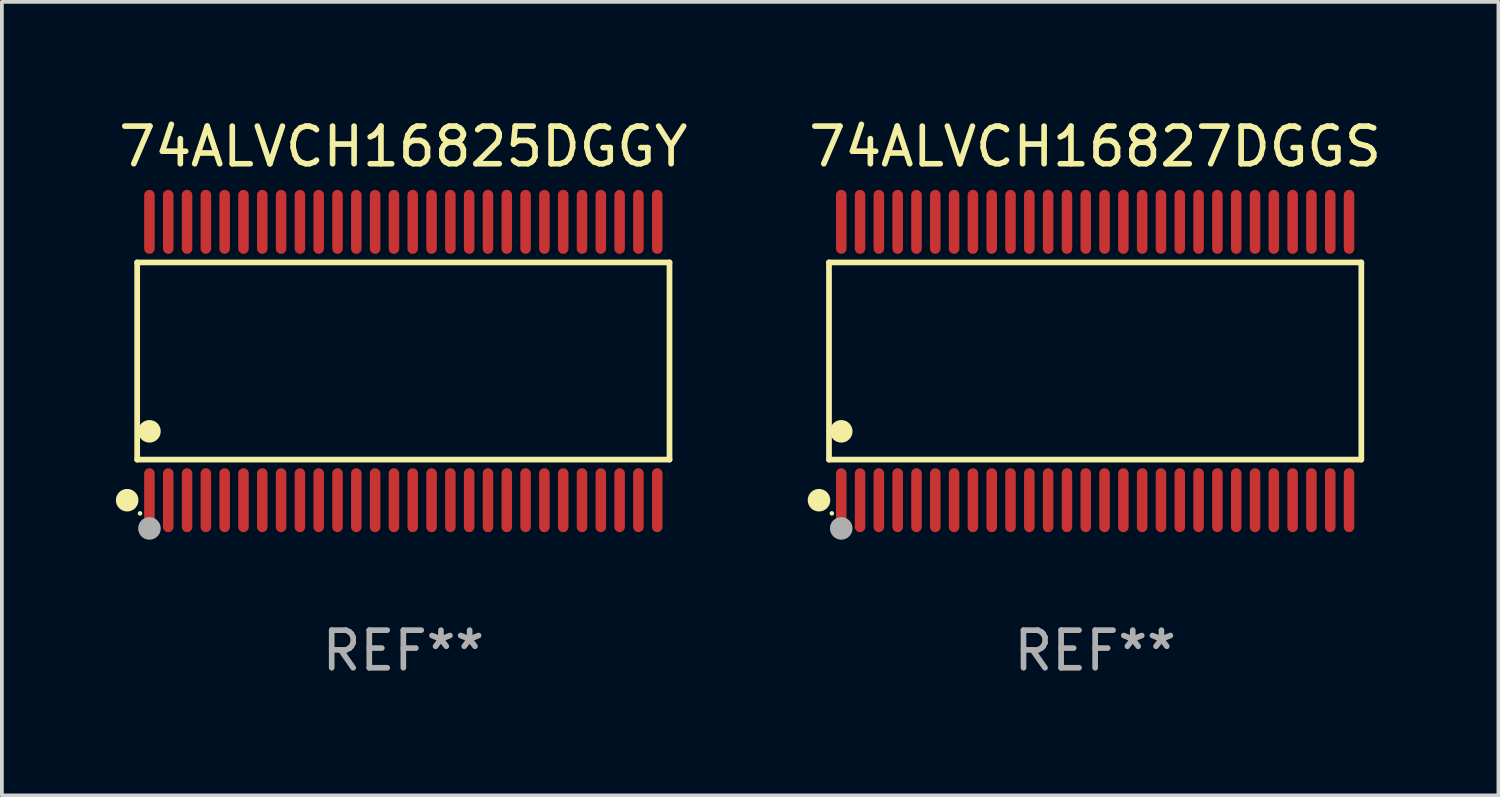
<source format=kicad_pcb>
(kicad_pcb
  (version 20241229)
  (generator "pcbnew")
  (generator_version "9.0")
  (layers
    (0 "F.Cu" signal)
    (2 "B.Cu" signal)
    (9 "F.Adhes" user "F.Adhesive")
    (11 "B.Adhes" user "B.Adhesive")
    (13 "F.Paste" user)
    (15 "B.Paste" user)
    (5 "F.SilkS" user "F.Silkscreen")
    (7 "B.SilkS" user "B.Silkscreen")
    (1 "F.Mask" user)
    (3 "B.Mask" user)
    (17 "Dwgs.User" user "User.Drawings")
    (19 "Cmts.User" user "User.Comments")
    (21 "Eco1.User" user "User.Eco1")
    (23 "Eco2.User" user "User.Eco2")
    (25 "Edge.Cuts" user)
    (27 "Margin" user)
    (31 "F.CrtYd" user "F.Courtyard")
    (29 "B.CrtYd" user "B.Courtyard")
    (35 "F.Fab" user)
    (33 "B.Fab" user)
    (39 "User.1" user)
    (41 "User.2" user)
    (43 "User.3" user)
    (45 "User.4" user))
  (footprint "74ALVCH16827DGGS"
    (layer "F.Cu")
    (at 26.065 6.548)
    (property "Reference" "74ALVCH16827DGGS" (at 0 -5.7 0) (layer "F.SilkS") (effects (font (size 1 1) (thickness 0.15))))
    (attr through_hole)
    (fp_line (start -7.076 -2.621) (end 7.076 -2.621) (stroke (width 0.152) (type solid)) (layer "F.SilkS"))
    (fp_line (start -7.076 2.621) (end -7.076 -2.621) (stroke (width 0.152) (type solid)) (layer "F.SilkS"))
    (fp_line (start 7.076 -2.621) (end 7.076 2.621) (stroke (width 0.152) (type solid)) (layer "F.SilkS"))
    (fp_line (start 7.076 2.621) (end -7.076 2.621) (stroke (width 0.152) (type solid)) (layer "F.SilkS"))
    (fp_circle (center -7.342 3.7) (end -7.192 3.7) (stroke (width 0.3) (type solid)) (fill no) (layer "F.SilkS"))
    (fp_circle (center -7 4.05) (end -6.97 4.05) (stroke (width 0.06) (type solid)) (fill no) (layer "F.SilkS"))
    (fp_circle (center -6.75 1.869) (end -6.6 1.869) (stroke (width 0.3) (type solid)) (fill no) (layer "F.SilkS"))
    (fp_circle (center -6.75 4.45) (end -6.6 4.45) (stroke (width 0.3) (type solid)) (fill no) (layer "F.Fab"))
    (fp_text user "REF**" (at 0 7.7 0) (layer "F.Fab") (effects (font (size 1 1) (thickness 0.15))))
    (pad "1" smd oval (at -6.75 3.7) (size 0.28 1.7) (layers "F.Cu" "F.Mask" "F.Paste"))
    (pad "2" smd oval (at -6.25 3.7) (size 0.28 1.7) (layers "F.Cu" "F.Mask" "F.Paste"))
    (pad "3" smd oval (at -5.75 3.7) (size 0.28 1.7) (layers "F.Cu" "F.Mask" "F.Paste"))
    (pad "4" smd oval (at -5.25 3.7) (size 0.28 1.7) (layers "F.Cu" "F.Mask" "F.Paste"))
    (pad "5" smd oval (at -4.75 3.7) (size 0.28 1.7) (layers "F.Cu" "F.Mask" "F.Paste"))
    (pad "6" smd oval (at -4.25 3.7) (size 0.28 1.7) (layers "F.Cu" "F.Mask" "F.Paste"))
    (pad "7" smd oval (at -3.75 3.7) (size 0.28 1.7) (layers "F.Cu" "F.Mask" "F.Paste"))
    (pad "8" smd oval (at -3.25 3.7) (size 0.28 1.7) (layers "F.Cu" "F.Mask" "F.Paste"))
    (pad "9" smd oval (at -2.75 3.7) (size 0.28 1.7) (layers "F.Cu" "F.Mask" "F.Paste"))
    (pad "10" smd oval (at -2.25 3.7) (size 0.28 1.7) (layers "F.Cu" "F.Mask" "F.Paste"))
    (pad "11" smd oval (at -1.75 3.7) (size 0.28 1.7) (layers "F.Cu" "F.Mask" "F.Paste"))
    (pad "12" smd oval (at -1.25 3.7) (size 0.28 1.7) (layers "F.Cu" "F.Mask" "F.Paste"))
    (pad "13" smd oval (at -0.75 3.7) (size 0.28 1.7) (layers "F.Cu" "F.Mask" "F.Paste"))
    (pad "14" smd oval (at -0.25 3.7) (size 0.28 1.7) (layers "F.Cu" "F.Mask" "F.Paste"))
    (pad "15" smd oval (at 0.25 3.7) (size 0.28 1.7) (layers "F.Cu" "F.Mask" "F.Paste"))
    (pad "16" smd oval (at 0.75 3.7) (size 0.28 1.7) (layers "F.Cu" "F.Mask" "F.Paste"))
    (pad "17" smd oval (at 1.25 3.7) (size 0.28 1.7) (layers "F.Cu" "F.Mask" "F.Paste"))
    (pad "18" smd oval (at 1.75 3.7) (size 0.28 1.7) (layers "F.Cu" "F.Mask" "F.Paste"))
    (pad "19" smd oval (at 2.25 3.7) (size 0.28 1.7) (layers "F.Cu" "F.Mask" "F.Paste"))
    (pad "20" smd oval (at 2.75 3.7) (size 0.28 1.7) (layers "F.Cu" "F.Mask" "F.Paste"))
    (pad "21" smd oval (at 3.25 3.7) (size 0.28 1.7) (layers "F.Cu" "F.Mask" "F.Paste"))
    (pad "22" smd oval (at 3.75 3.7) (size 0.28 1.7) (layers "F.Cu" "F.Mask" "F.Paste"))
    (pad "23" smd oval (at 4.25 3.7) (size 0.28 1.7) (layers "F.Cu" "F.Mask" "F.Paste"))
    (pad "24" smd oval (at 4.75 3.7) (size 0.28 1.7) (layers "F.Cu" "F.Mask" "F.Paste"))
    (pad "25" smd oval (at 5.25 3.7) (size 0.28 1.7) (layers "F.Cu" "F.Mask" "F.Paste"))
    (pad "26" smd oval (at 5.75 3.7) (size 0.28 1.7) (layers "F.Cu" "F.Mask" "F.Paste"))
    (pad "27" smd oval (at 6.25 3.7) (size 0.28 1.7) (layers "F.Cu" "F.Mask" "F.Paste"))
    (pad "28" smd oval (at 6.75 3.7) (size 0.28 1.7) (layers "F.Cu" "F.Mask" "F.Paste"))
    (pad "29" smd oval (at 6.75 -3.7) (size 0.28 1.7) (layers "F.Cu" "F.Mask" "F.Paste"))
    (pad "30" smd oval (at 6.25 -3.7) (size 0.28 1.7) (layers "F.Cu" "F.Mask" "F.Paste"))
    (pad "31" smd oval (at 5.75 -3.7) (size 0.28 1.7) (layers "F.Cu" "F.Mask" "F.Paste"))
    (pad "32" smd oval (at 5.25 -3.7) (size 0.28 1.7) (layers "F.Cu" "F.Mask" "F.Paste"))
    (pad "33" smd oval (at 4.75 -3.7) (size 0.28 1.7) (layers "F.Cu" "F.Mask" "F.Paste"))
    (pad "34" smd oval (at 4.25 -3.7) (size 0.28 1.7) (layers "F.Cu" "F.Mask" "F.Paste"))
    (pad "35" smd oval (at 3.75 -3.7) (size 0.28 1.7) (layers "F.Cu" "F.Mask" "F.Paste"))
    (pad "36" smd oval (at 3.25 -3.7) (size 0.28 1.7) (layers "F.Cu" "F.Mask" "F.Paste"))
    (pad "37" smd oval (at 2.75 -3.7) (size 0.28 1.7) (layers "F.Cu" "F.Mask" "F.Paste"))
    (pad "38" smd oval (at 2.25 -3.7) (size 0.28 1.7) (layers "F.Cu" "F.Mask" "F.Paste"))
    (pad "39" smd oval (at 1.75 -3.7) (size 0.28 1.7) (layers "F.Cu" "F.Mask" "F.Paste"))
    (pad "40" smd oval (at 1.25 -3.7) (size 0.28 1.7) (layers "F.Cu" "F.Mask" "F.Paste"))
    (pad "41" smd oval (at 0.75 -3.7) (size 0.28 1.7) (layers "F.Cu" "F.Mask" "F.Paste"))
    (pad "42" smd oval (at 0.25 -3.7) (size 0.28 1.7) (layers "F.Cu" "F.Mask" "F.Paste"))
    (pad "43" smd oval (at -0.25 -3.7) (size 0.28 1.7) (layers "F.Cu" "F.Mask" "F.Paste"))
    (pad "44" smd oval (at -0.75 -3.7) (size 0.28 1.7) (layers "F.Cu" "F.Mask" "F.Paste"))
    (pad "45" smd oval (at -1.25 -3.7) (size 0.28 1.7) (layers "F.Cu" "F.Mask" "F.Paste"))
    (pad "46" smd oval (at -1.75 -3.7) (size 0.28 1.7) (layers "F.Cu" "F.Mask" "F.Paste"))
    (pad "47" smd oval (at -2.25 -3.7) (size 0.28 1.7) (layers "F.Cu" "F.Mask" "F.Paste"))
    (pad "48" smd oval (at -2.75 -3.7) (size 0.28 1.7) (layers "F.Cu" "F.Mask" "F.Paste"))
    (pad "49" smd oval (at -3.25 -3.7) (size 0.28 1.7) (layers "F.Cu" "F.Mask" "F.Paste"))
    (pad "50" smd oval (at -3.75 -3.7) (size 0.28 1.7) (layers "F.Cu" "F.Mask" "F.Paste"))
    (pad "51" smd oval (at -4.25 -3.7) (size 0.28 1.7) (layers "F.Cu" "F.Mask" "F.Paste"))
    (pad "52" smd oval (at -4.75 -3.7) (size 0.28 1.7) (layers "F.Cu" "F.Mask" "F.Paste"))
    (pad "53" smd oval (at -5.25 -3.7) (size 0.28 1.7) (layers "F.Cu" "F.Mask" "F.Paste"))
    (pad "54" smd oval (at -5.75 -3.7) (size 0.28 1.7) (layers "F.Cu" "F.Mask" "F.Paste"))
    (pad "55" smd oval (at -6.25 -3.7) (size 0.28 1.7) (layers "F.Cu" "F.Mask" "F.Paste"))
    (pad "56" smd oval (at -6.75 -3.7) (size 0.28 1.7) (layers "F.Cu" "F.Mask" "F.Paste")))
  (footprint "74ALVCH16825DGGY"
    (layer "F.Cu")
    (at 7.673 6.548)
    (property "Reference" "74ALVCH16825DGGY" (at 0 -5.7 0) (layer "F.SilkS") (effects (font (size 1 1) (thickness 0.15))))
    (attr through_hole)
    (fp_line (start -7.076 -2.621) (end 7.076 -2.621) (stroke (width 0.152) (type solid)) (layer "F.SilkS"))
    (fp_line (start -7.076 2.621) (end -7.076 -2.621) (stroke (width 0.152) (type solid)) (layer "F.SilkS"))
    (fp_line (start 7.076 -2.621) (end 7.076 2.621) (stroke (width 0.152) (type solid)) (layer "F.SilkS"))
    (fp_line (start 7.076 2.621) (end -7.076 2.621) (stroke (width 0.152) (type solid)) (layer "F.SilkS"))
    (fp_circle (center -7.342 3.7) (end -7.192 3.7) (stroke (width 0.3) (type solid)) (fill no) (layer "F.SilkS"))
    (fp_circle (center -7 4.05) (end -6.97 4.05) (stroke (width 0.06) (type solid)) (fill no) (layer "F.SilkS"))
    (fp_circle (center -6.75 1.869) (end -6.6 1.869) (stroke (width 0.3) (type solid)) (fill no) (layer "F.SilkS"))
    (fp_circle (center -6.75 4.45) (end -6.6 4.45) (stroke (width 0.3) (type solid)) (fill no) (layer "F.Fab"))
    (fp_text user "REF**" (at 0 7.7 0) (layer "F.Fab") (effects (font (size 1 1) (thickness 0.15))))
    (pad "1" smd oval (at -6.75 3.7) (size 0.28 1.7) (layers "F.Cu" "F.Mask" "F.Paste"))
    (pad "2" smd oval (at -6.25 3.7) (size 0.28 1.7) (layers "F.Cu" "F.Mask" "F.Paste"))
    (pad "3" smd oval (at -5.75 3.7) (size 0.28 1.7) (layers "F.Cu" "F.Mask" "F.Paste"))
    (pad "4" smd oval (at -5.25 3.7) (size 0.28 1.7) (layers "F.Cu" "F.Mask" "F.Paste"))
    (pad "5" smd oval (at -4.75 3.7) (size 0.28 1.7) (layers "F.Cu" "F.Mask" "F.Paste"))
    (pad "6" smd oval (at -4.25 3.7) (size 0.28 1.7) (layers "F.Cu" "F.Mask" "F.Paste"))
    (pad "7" smd oval (at -3.75 3.7) (size 0.28 1.7) (layers "F.Cu" "F.Mask" "F.Paste"))
    (pad "8" smd oval (at -3.25 3.7) (size 0.28 1.7) (layers "F.Cu" "F.Mask" "F.Paste"))
    (pad "9" smd oval (at -2.75 3.7) (size 0.28 1.7) (layers "F.Cu" "F.Mask" "F.Paste"))
    (pad "10" smd oval (at -2.25 3.7) (size 0.28 1.7) (layers "F.Cu" "F.Mask" "F.Paste"))
    (pad "11" smd oval (at -1.75 3.7) (size 0.28 1.7) (layers "F.Cu" "F.Mask" "F.Paste"))
    (pad "12" smd oval (at -1.25 3.7) (size 0.28 1.7) (layers "F.Cu" "F.Mask" "F.Paste"))
    (pad "13" smd oval (at -0.75 3.7) (size 0.28 1.7) (layers "F.Cu" "F.Mask" "F.Paste"))
    (pad "14" smd oval (at -0.25 3.7) (size 0.28 1.7) (layers "F.Cu" "F.Mask" "F.Paste"))
    (pad "15" smd oval (at 0.25 3.7) (size 0.28 1.7) (layers "F.Cu" "F.Mask" "F.Paste"))
    (pad "16" smd oval (at 0.75 3.7) (size 0.28 1.7) (layers "F.Cu" "F.Mask" "F.Paste"))
    (pad "17" smd oval (at 1.25 3.7) (size 0.28 1.7) (layers "F.Cu" "F.Mask" "F.Paste"))
    (pad "18" smd oval (at 1.75 3.7) (size 0.28 1.7) (layers "F.Cu" "F.Mask" "F.Paste"))
    (pad "19" smd oval (at 2.25 3.7) (size 0.28 1.7) (layers "F.Cu" "F.Mask" "F.Paste"))
    (pad "20" smd oval (at 2.75 3.7) (size 0.28 1.7) (layers "F.Cu" "F.Mask" "F.Paste"))
    (pad "21" smd oval (at 3.25 3.7) (size 0.28 1.7) (layers "F.Cu" "F.Mask" "F.Paste"))
    (pad "22" smd oval (at 3.75 3.7) (size 0.28 1.7) (layers "F.Cu" "F.Mask" "F.Paste"))
    (pad "23" smd oval (at 4.25 3.7) (size 0.28 1.7) (layers "F.Cu" "F.Mask" "F.Paste"))
    (pad "24" smd oval (at 4.75 3.7) (size 0.28 1.7) (layers "F.Cu" "F.Mask" "F.Paste"))
    (pad "25" smd oval (at 5.25 3.7) (size 0.28 1.7) (layers "F.Cu" "F.Mask" "F.Paste"))
    (pad "26" smd oval (at 5.75 3.7) (size 0.28 1.7) (layers "F.Cu" "F.Mask" "F.Paste"))
    (pad "27" smd oval (at 6.25 3.7) (size 0.28 1.7) (layers "F.Cu" "F.Mask" "F.Paste"))
    (pad "28" smd oval (at 6.75 3.7) (size 0.28 1.7) (layers "F.Cu" "F.Mask" "F.Paste"))
    (pad "29" smd oval (at 6.75 -3.7) (size 0.28 1.7) (layers "F.Cu" "F.Mask" "F.Paste"))
    (pad "30" smd oval (at 6.25 -3.7) (size 0.28 1.7) (layers "F.Cu" "F.Mask" "F.Paste"))
    (pad "31" smd oval (at 5.75 -3.7) (size 0.28 1.7) (layers "F.Cu" "F.Mask" "F.Paste"))
    (pad "32" smd oval (at 5.25 -3.7) (size 0.28 1.7) (layers "F.Cu" "F.Mask" "F.Paste"))
    (pad "33" smd oval (at 4.75 -3.7) (size 0.28 1.7) (layers "F.Cu" "F.Mask" "F.Paste"))
    (pad "34" smd oval (at 4.25 -3.7) (size 0.28 1.7) (layers "F.Cu" "F.Mask" "F.Paste"))
    (pad "35" smd oval (at 3.75 -3.7) (size 0.28 1.7) (layers "F.Cu" "F.Mask" "F.Paste"))
    (pad "36" smd oval (at 3.25 -3.7) (size 0.28 1.7) (layers "F.Cu" "F.Mask" "F.Paste"))
    (pad "37" smd oval (at 2.75 -3.7) (size 0.28 1.7) (layers "F.Cu" "F.Mask" "F.Paste"))
    (pad "38" smd oval (at 2.25 -3.7) (size 0.28 1.7) (layers "F.Cu" "F.Mask" "F.Paste"))
    (pad "39" smd oval (at 1.75 -3.7) (size 0.28 1.7) (layers "F.Cu" "F.Mask" "F.Paste"))
    (pad "40" smd oval (at 1.25 -3.7) (size 0.28 1.7) (layers "F.Cu" "F.Mask" "F.Paste"))
    (pad "41" smd oval (at 0.75 -3.7) (size 0.28 1.7) (layers "F.Cu" "F.Mask" "F.Paste"))
    (pad "42" smd oval (at 0.25 -3.7) (size 0.28 1.7) (layers "F.Cu" "F.Mask" "F.Paste"))
    (pad "43" smd oval (at -0.25 -3.7) (size 0.28 1.7) (layers "F.Cu" "F.Mask" "F.Paste"))
    (pad "44" smd oval (at -0.75 -3.7) (size 0.28 1.7) (layers "F.Cu" "F.Mask" "F.Paste"))
    (pad "45" smd oval (at -1.25 -3.7) (size 0.28 1.7) (layers "F.Cu" "F.Mask" "F.Paste"))
    (pad "46" smd oval (at -1.75 -3.7) (size 0.28 1.7) (layers "F.Cu" "F.Mask" "F.Paste"))
    (pad "47" smd oval (at -2.25 -3.7) (size 0.28 1.7) (layers "F.Cu" "F.Mask" "F.Paste"))
    (pad "48" smd oval (at -2.75 -3.7) (size 0.28 1.7) (layers "F.Cu" "F.Mask" "F.Paste"))
    (pad "49" smd oval (at -3.25 -3.7) (size 0.28 1.7) (layers "F.Cu" "F.Mask" "F.Paste"))
    (pad "50" smd oval (at -3.75 -3.7) (size 0.28 1.7) (layers "F.Cu" "F.Mask" "F.Paste"))
    (pad "51" smd oval (at -4.25 -3.7) (size 0.28 1.7) (layers "F.Cu" "F.Mask" "F.Paste"))
    (pad "52" smd oval (at -4.75 -3.7) (size 0.28 1.7) (layers "F.Cu" "F.Mask" "F.Paste"))
    (pad "53" smd oval (at -5.25 -3.7) (size 0.28 1.7) (layers "F.Cu" "F.Mask" "F.Paste"))
    (pad "54" smd oval (at -5.75 -3.7) (size 0.28 1.7) (layers "F.Cu" "F.Mask" "F.Paste"))
    (pad "55" smd oval (at -6.25 -3.7) (size 0.28 1.7) (layers "F.Cu" "F.Mask" "F.Paste"))
    (pad "56" smd oval (at -6.75 -3.7) (size 0.28 1.7) (layers "F.Cu" "F.Mask" "F.Paste")))
  (gr_rect
    (start -3 -3)
    (end 36.786 18.097)
    (stroke (width 0.1) (type default))
    (fill no)
    (layer "Edge.Cuts")))
</source>
